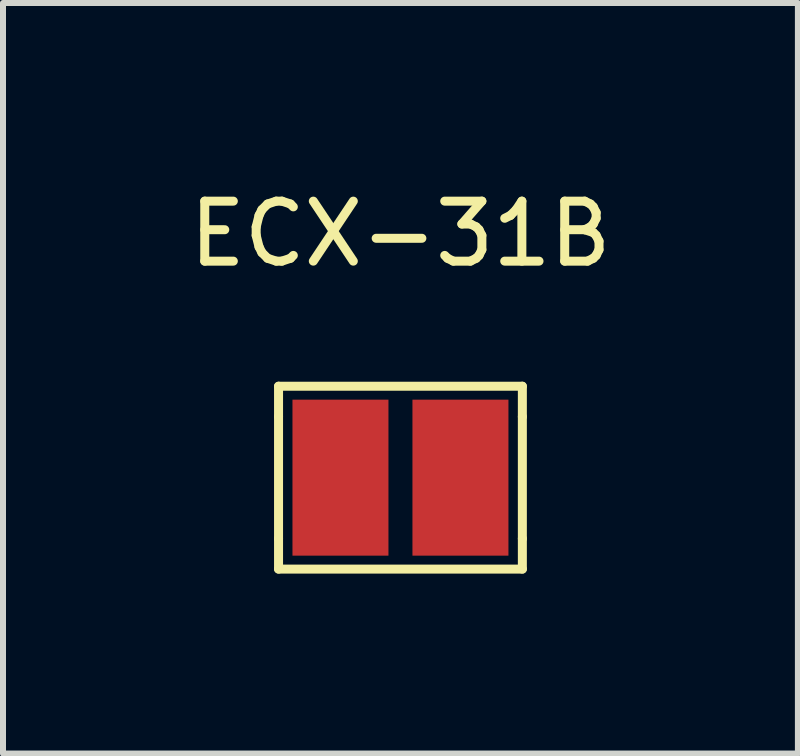
<source format=kicad_pcb>
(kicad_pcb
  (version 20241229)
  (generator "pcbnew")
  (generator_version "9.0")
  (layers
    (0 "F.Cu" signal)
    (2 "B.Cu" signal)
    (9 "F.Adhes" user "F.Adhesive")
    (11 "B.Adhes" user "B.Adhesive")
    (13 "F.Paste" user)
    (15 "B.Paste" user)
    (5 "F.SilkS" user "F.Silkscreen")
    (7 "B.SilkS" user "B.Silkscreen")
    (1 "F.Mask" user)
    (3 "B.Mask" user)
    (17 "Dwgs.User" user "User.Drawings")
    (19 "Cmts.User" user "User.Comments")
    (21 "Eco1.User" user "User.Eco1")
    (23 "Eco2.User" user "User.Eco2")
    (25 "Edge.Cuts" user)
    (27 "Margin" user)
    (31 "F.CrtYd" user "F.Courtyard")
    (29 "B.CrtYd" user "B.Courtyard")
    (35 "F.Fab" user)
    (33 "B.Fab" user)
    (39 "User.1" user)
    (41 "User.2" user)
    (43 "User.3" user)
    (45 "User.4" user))
  (footprint "ECX-31B"
    (layer "F.Cu")
    (at 3.625 4.912)
    (property "Reference" "ECX-31B" (at 0 -4.064 0) (layer "F.SilkS") (effects (font (size 1 1) (thickness 0.15))))
    (attr through_hole)
    (fp_line (start -2.032 -1.524) (end 2.032 -1.524) (stroke (width 0.15) (type solid)) (layer "F.SilkS"))
    (fp_line (start -2.032 -1.016) (end -2.032 -1.524) (stroke (width 0.15) (type solid)) (layer "F.SilkS"))
    (fp_line (start -2.032 1.016) (end -2.032 -1.016) (stroke (width 0.15) (type solid)) (layer "F.SilkS"))
    (fp_line (start -2.032 1.016) (end -2.032 1.524) (stroke (width 0.15) (type solid)) (layer "F.SilkS"))
    (fp_line (start -2.032 1.524) (end 2.032 1.524) (stroke (width 0.15) (type solid)) (layer "F.SilkS"))
    (fp_line (start 2.032 -1.524) (end 2.032 -1.016) (stroke (width 0.15) (type solid)) (layer "F.SilkS"))
    (fp_line (start 2.032 -1.016) (end 2.032 1.016) (stroke (width 0.15) (type solid)) (layer "F.SilkS"))
    (fp_line (start 2.032 1.524) (end 2.032 1.016) (stroke (width 0.15) (type solid)) (layer "F.SilkS"))
    (pad "1" smd rect (at -1 0) (size 1.6 2.6) (layers "F.Cu" "F.Mask" "F.Paste"))
    (pad "2" smd rect (at 1 0) (size 1.6 2.6) (layers "F.Cu" "F.Mask" "F.Paste")))
  (gr_rect
    (start -3 -3)
    (end 10.25 9.511)
    (stroke (width 0.1) (type default))
    (fill no)
    (layer "Edge.Cuts")))
</source>
